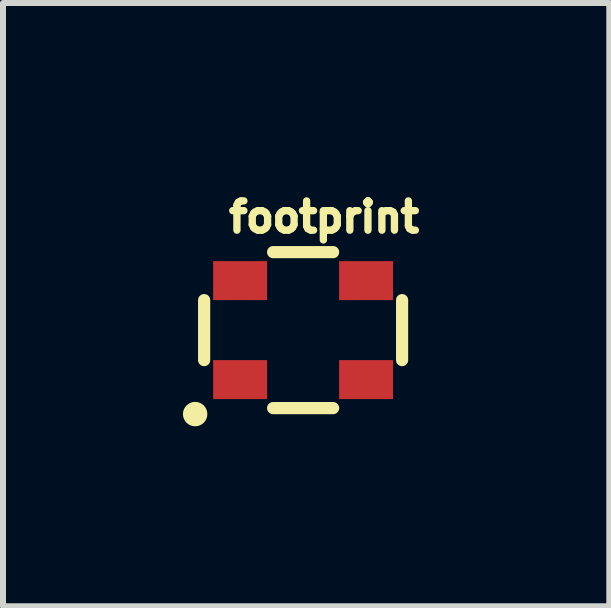
<source format=kicad_pcb>
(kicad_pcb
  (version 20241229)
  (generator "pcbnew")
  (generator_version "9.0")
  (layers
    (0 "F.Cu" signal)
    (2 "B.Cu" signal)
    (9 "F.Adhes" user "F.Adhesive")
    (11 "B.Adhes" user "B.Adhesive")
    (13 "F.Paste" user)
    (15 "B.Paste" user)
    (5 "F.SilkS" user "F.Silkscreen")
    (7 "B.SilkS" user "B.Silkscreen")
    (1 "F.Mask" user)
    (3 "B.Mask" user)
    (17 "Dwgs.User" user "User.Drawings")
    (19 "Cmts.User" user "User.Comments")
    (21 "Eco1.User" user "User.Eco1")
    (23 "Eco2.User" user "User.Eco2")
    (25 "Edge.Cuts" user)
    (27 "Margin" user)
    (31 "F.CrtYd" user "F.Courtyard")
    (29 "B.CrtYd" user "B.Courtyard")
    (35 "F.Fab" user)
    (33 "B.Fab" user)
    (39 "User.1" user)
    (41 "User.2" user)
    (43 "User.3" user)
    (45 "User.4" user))
  (footprint "footprint"
    (layer "F.Cu")
    (at 2.003 2.453)
    (property "Reference" "footprint" (at -1.3 -1.6 0) (layer "F.SilkS") (effects (font (size 0.488 0.488) (thickness 0.122)) (justify left bottom)))
    (fp_line (start -1.65 -0.5) (end -1.65 0.5) (stroke (width 0.203) (type solid)) (layer "F.SilkS"))
    (fp_line (start -0.5 -1.3) (end 0.5 -1.3) (stroke (width 0.203) (type solid)) (layer "F.SilkS"))
    (fp_line (start -0.5 1.3) (end 0.5 1.3) (stroke (width 0.203) (type solid)) (layer "F.SilkS"))
    (fp_line (start 1.65 -0.5) (end 1.65 0.5) (stroke (width 0.203) (type solid)) (layer "F.SilkS"))
    (fp_circle (center -1.8 1.4) (end -1.698 1.4) (stroke (width 0.203) (type solid)) (fill no) (layer "F.SilkS"))
    (pad "1" smd rect (at -1.05 0.825) (size 0.9 0.65) (layers "F.Cu" "F.Mask" "F.Paste"))
    (pad "2" smd rect (at 1.05 0.825) (size 0.9 0.65) (layers "F.Cu" "F.Mask" "F.Paste"))
    (pad "3" smd rect (at 1.05 -0.825) (size 0.9 0.65) (layers "F.Cu" "F.Mask" "F.Paste"))
    (pad "4" smd rect (at -1.05 -0.825) (size 0.9 0.65) (layers "F.Cu" "F.Mask" "F.Paste")))
  (gr_rect
    (start -3 -3)
    (end 7.107 7.057)
    (stroke (width 0.1) (type default))
    (fill no)
    (layer "Edge.Cuts")))
</source>
